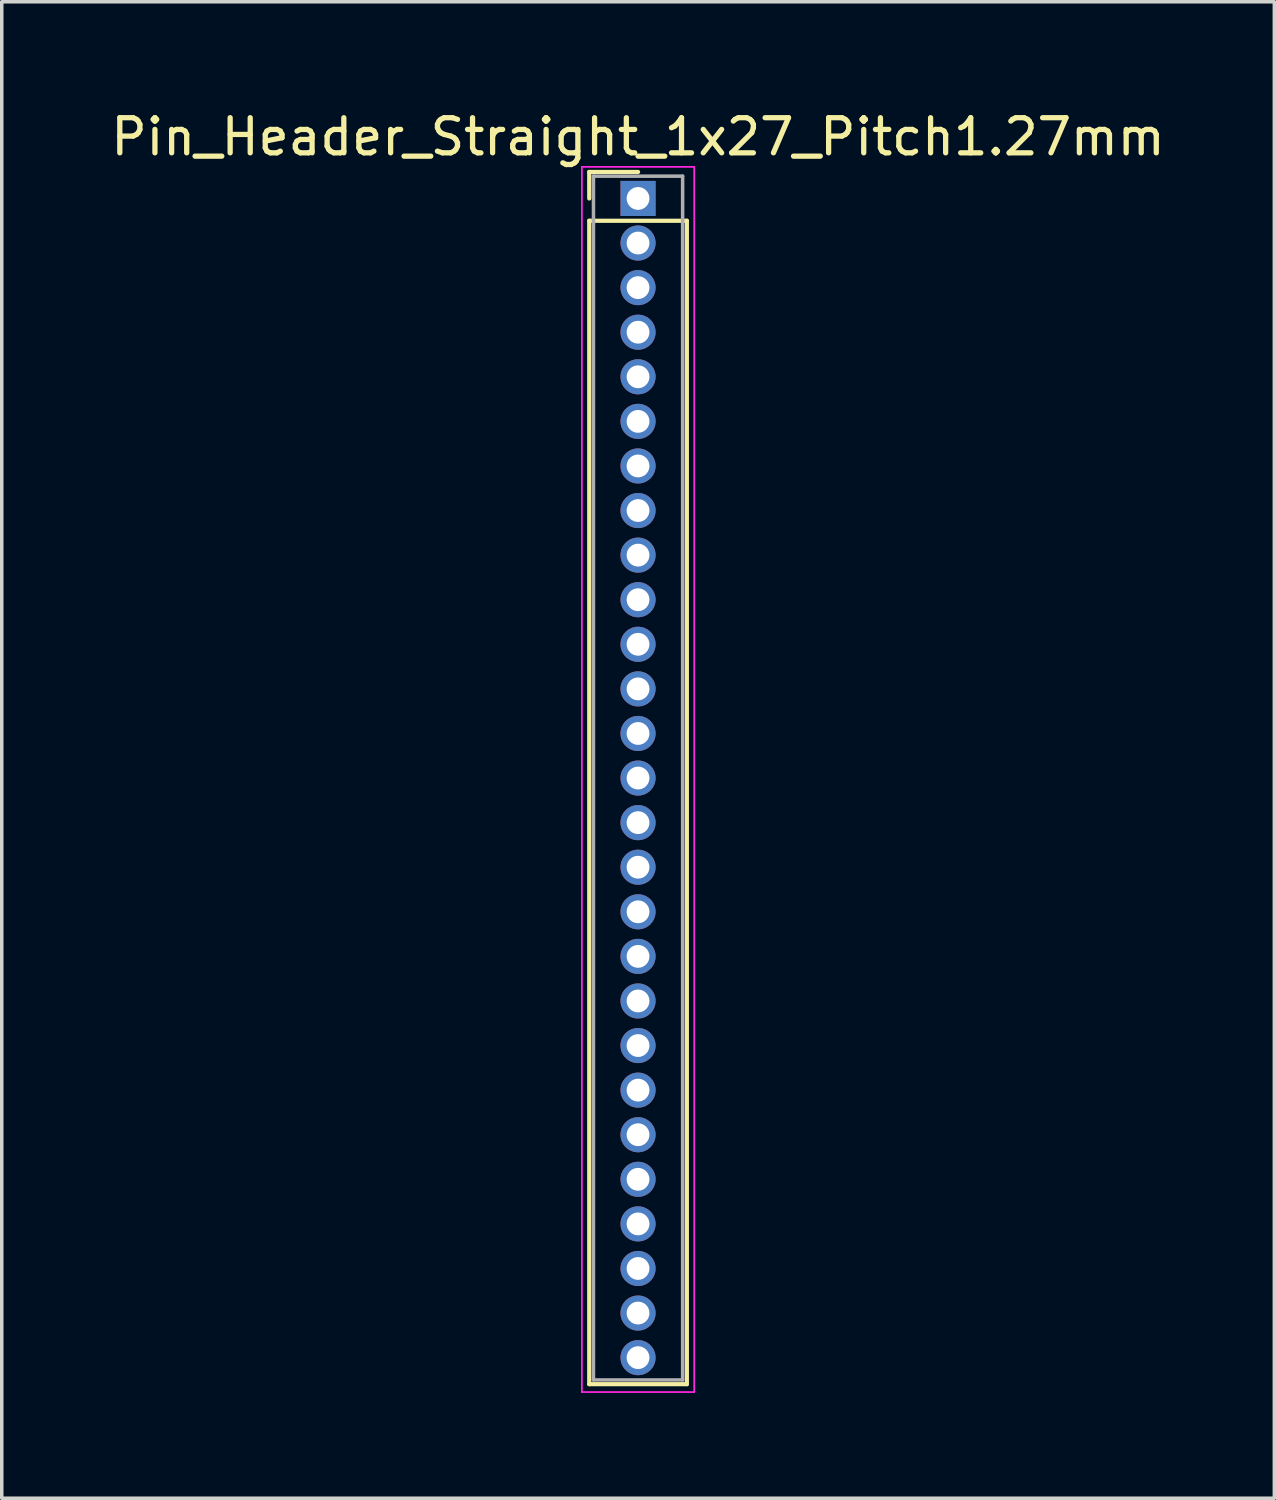
<source format=kicad_pcb>
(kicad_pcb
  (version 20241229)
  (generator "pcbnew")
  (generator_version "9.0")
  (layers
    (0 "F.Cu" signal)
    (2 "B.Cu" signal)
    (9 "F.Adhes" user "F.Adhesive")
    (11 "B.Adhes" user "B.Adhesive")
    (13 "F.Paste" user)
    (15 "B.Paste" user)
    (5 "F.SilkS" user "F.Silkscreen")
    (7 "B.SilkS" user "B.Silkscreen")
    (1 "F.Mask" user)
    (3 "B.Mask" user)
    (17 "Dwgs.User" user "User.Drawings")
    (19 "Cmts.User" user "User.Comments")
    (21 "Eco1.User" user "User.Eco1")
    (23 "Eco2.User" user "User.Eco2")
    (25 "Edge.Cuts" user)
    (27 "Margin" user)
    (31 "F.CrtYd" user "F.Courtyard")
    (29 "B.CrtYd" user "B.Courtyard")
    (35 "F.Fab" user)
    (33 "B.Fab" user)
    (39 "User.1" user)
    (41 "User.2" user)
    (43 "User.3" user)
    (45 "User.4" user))
  (footprint "Pin_Header_Straight_1x27_Pitch1.27mm"
    (layer "F.Cu")
    (at 15.125 2.603)
    (property "Reference" "Pin_Header_Straight_1x27_Pitch1.27mm" (at 0 -1.755 0) (layer "F.SilkS") (effects (font (size 1 1) (thickness 0.15))))
    (attr through_hole)
    (fp_line (start -1.39 -0.755) (end 0 -0.755) (stroke (width 0.12) (type solid)) (layer "F.SilkS"))
    (fp_line (start -1.39 0) (end -1.39 -0.755) (stroke (width 0.12) (type solid)) (layer "F.SilkS"))
    (fp_line (start -1.39 0.635) (end -1.39 33.775) (stroke (width 0.12) (type solid)) (layer "F.SilkS"))
    (fp_line (start -1.39 33.775) (end 1.39 33.775) (stroke (width 0.12) (type solid)) (layer "F.SilkS"))
    (fp_line (start 1.39 0.635) (end -1.39 0.635) (stroke (width 0.12) (type solid)) (layer "F.SilkS"))
    (fp_line (start 1.39 33.775) (end 1.39 0.635) (stroke (width 0.12) (type solid)) (layer "F.SilkS"))
    (fp_line (start -1.6 -0.9) (end -1.6 34) (stroke (width 0.05) (type solid)) (layer "F.CrtYd"))
    (fp_line (start -1.6 34) (end 1.6 34) (stroke (width 0.05) (type solid)) (layer "F.CrtYd"))
    (fp_line (start 1.6 -0.9) (end -1.6 -0.9) (stroke (width 0.05) (type solid)) (layer "F.CrtYd"))
    (fp_line (start 1.6 34) (end 1.6 -0.9) (stroke (width 0.05) (type solid)) (layer "F.CrtYd"))
    (fp_line (start -1.27 -0.635) (end -1.27 33.655) (stroke (width 0.1) (type solid)) (layer "F.Fab"))
    (fp_line (start -1.27 33.655) (end 1.27 33.655) (stroke (width 0.1) (type solid)) (layer "F.Fab"))
    (fp_line (start 1.27 -0.635) (end -1.27 -0.635) (stroke (width 0.1) (type solid)) (layer "F.Fab"))
    (fp_line (start 1.27 33.655) (end 1.27 -0.635) (stroke (width 0.1) (type solid)) (layer "F.Fab"))
    (pad "1" thru_hole rect (at 0 0) (size 1 1) (drill 0.65) (layers "*.Cu" "*.Mask"))
    (pad "2" thru_hole oval (at 0 1.27) (size 1 1) (drill 0.65) (layers "*.Cu" "*.Mask"))
    (pad "3" thru_hole oval (at 0 2.54) (size 1 1) (drill 0.65) (layers "*.Cu" "*.Mask"))
    (pad "4" thru_hole oval (at 0 3.81) (size 1 1) (drill 0.65) (layers "*.Cu" "*.Mask"))
    (pad "5" thru_hole oval (at 0 5.08) (size 1 1) (drill 0.65) (layers "*.Cu" "*.Mask"))
    (pad "6" thru_hole oval (at 0 6.35) (size 1 1) (drill 0.65) (layers "*.Cu" "*.Mask"))
    (pad "7" thru_hole oval (at 0 7.62) (size 1 1) (drill 0.65) (layers "*.Cu" "*.Mask"))
    (pad "8" thru_hole oval (at 0 8.89) (size 1 1) (drill 0.65) (layers "*.Cu" "*.Mask"))
    (pad "9" thru_hole oval (at 0 10.16) (size 1 1) (drill 0.65) (layers "*.Cu" "*.Mask"))
    (pad "10" thru_hole oval (at 0 11.43) (size 1 1) (drill 0.65) (layers "*.Cu" "*.Mask"))
    (pad "11" thru_hole oval (at 0 12.7) (size 1 1) (drill 0.65) (layers "*.Cu" "*.Mask"))
    (pad "12" thru_hole oval (at 0 13.97) (size 1 1) (drill 0.65) (layers "*.Cu" "*.Mask"))
    (pad "13" thru_hole oval (at 0 15.24) (size 1 1) (drill 0.65) (layers "*.Cu" "*.Mask"))
    (pad "14" thru_hole oval (at 0 16.51) (size 1 1) (drill 0.65) (layers "*.Cu" "*.Mask"))
    (pad "15" thru_hole oval (at 0 17.78) (size 1 1) (drill 0.65) (layers "*.Cu" "*.Mask"))
    (pad "16" thru_hole oval (at 0 19.05) (size 1 1) (drill 0.65) (layers "*.Cu" "*.Mask"))
    (pad "17" thru_hole oval (at 0 20.32) (size 1 1) (drill 0.65) (layers "*.Cu" "*.Mask"))
    (pad "18" thru_hole oval (at 0 21.59) (size 1 1) (drill 0.65) (layers "*.Cu" "*.Mask"))
    (pad "19" thru_hole oval (at 0 22.86) (size 1 1) (drill 0.65) (layers "*.Cu" "*.Mask"))
    (pad "20" thru_hole oval (at 0 24.13) (size 1 1) (drill 0.65) (layers "*.Cu" "*.Mask"))
    (pad "21" thru_hole oval (at 0 25.4) (size 1 1) (drill 0.65) (layers "*.Cu" "*.Mask"))
    (pad "22" thru_hole oval (at 0 26.67) (size 1 1) (drill 0.65) (layers "*.Cu" "*.Mask"))
    (pad "23" thru_hole oval (at 0 27.94) (size 1 1) (drill 0.65) (layers "*.Cu" "*.Mask"))
    (pad "24" thru_hole oval (at 0 29.21) (size 1 1) (drill 0.65) (layers "*.Cu" "*.Mask"))
    (pad "25" thru_hole oval (at 0 30.48) (size 1 1) (drill 0.65) (layers "*.Cu" "*.Mask"))
    (pad "26" thru_hole oval (at 0 31.75) (size 1 1) (drill 0.65) (layers "*.Cu" "*.Mask"))
    (pad "27" thru_hole oval (at 0 33.02) (size 1 1) (drill 0.65) (layers "*.Cu" "*.Mask")))
  (gr_rect
    (start -3 -3)
    (end 33.25 39.628)
    (stroke (width 0.1) (type default))
    (fill no)
    (layer "Edge.Cuts")))
</source>
